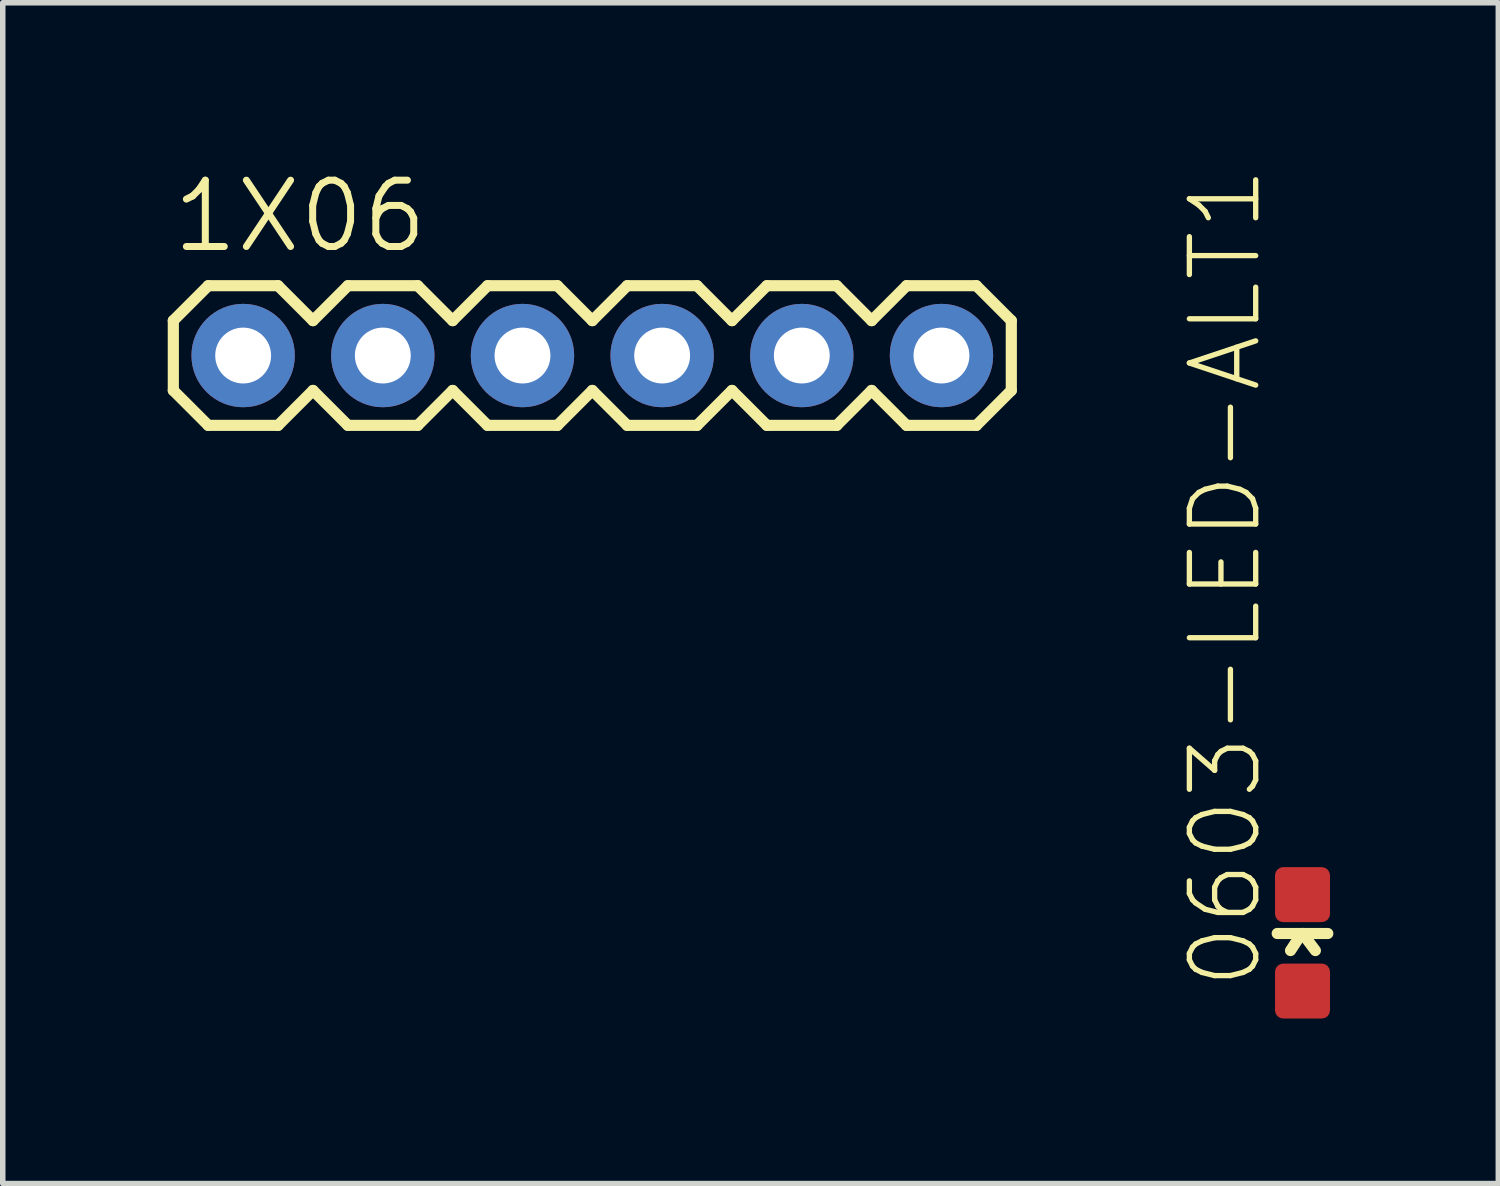
<source format=kicad_pcb>
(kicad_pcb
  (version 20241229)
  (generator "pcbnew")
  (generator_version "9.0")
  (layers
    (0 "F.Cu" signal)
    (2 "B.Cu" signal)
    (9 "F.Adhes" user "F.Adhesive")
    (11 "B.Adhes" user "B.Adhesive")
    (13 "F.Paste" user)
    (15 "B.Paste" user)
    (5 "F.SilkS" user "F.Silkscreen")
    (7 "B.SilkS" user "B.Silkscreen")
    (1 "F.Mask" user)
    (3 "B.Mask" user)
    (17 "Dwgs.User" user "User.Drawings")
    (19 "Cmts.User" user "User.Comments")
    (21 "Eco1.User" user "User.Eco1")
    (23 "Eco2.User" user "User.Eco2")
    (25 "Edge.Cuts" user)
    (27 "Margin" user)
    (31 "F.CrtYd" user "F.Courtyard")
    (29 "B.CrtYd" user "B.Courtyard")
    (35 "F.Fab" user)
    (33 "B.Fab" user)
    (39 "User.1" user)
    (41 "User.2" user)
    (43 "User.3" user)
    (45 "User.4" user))
  (footprint "0603-LED-ALT1"
    (layer "F.Cu")
    (at 20.638 14.097)
    (property "Reference" "0603-LED-ALT1" (at -0.699 0.889 270) (layer "F.SilkS") (effects (font (size 1.206 1.206) (thickness 0.097)) (justify left bottom)))
    (attr through_hole)
    (fp_line (start -0.46 -0.17) (end 0 -0.17) (stroke (width 0.203) (type solid)) (layer "F.SilkS"))
    (fp_line (start -0.025 -0.155) (end -0.218 0.14) (stroke (width 0.203) (type solid)) (layer "F.SilkS"))
    (fp_line (start 0 -0.17) (end 0.234 0.14) (stroke (width 0.203) (type solid)) (layer "F.SilkS"))
    (fp_line (start 0.46 -0.17) (end 0 -0.17) (stroke (width 0.203) (type solid)) (layer "F.SilkS"))
    (pad "A" smd roundrect (at 0 0.877) (size 1 1) (layers "F.Cu" "F.Mask" "F.Paste") (roundrect_rratio 0.15))
    (pad "C" smd roundrect (at 0 -0.877) (size 1 1) (layers "F.Cu" "F.Mask" "F.Paste") (roundrect_rratio 0.15)))
  (footprint "1X06"
    (layer "F.Cu")
    (at 1.372 3.416)
    (property "Reference" "1X06" (at -1.346 -1.829 0) (layer "F.SilkS") (effects (font (size 1.206 1.206) (thickness 0.127)) (justify left bottom)))
    (attr through_hole)
    (fp_line (start -1.27 -0.635) (end -1.27 0.635) (stroke (width 0.203) (type solid)) (layer "F.SilkS"))
    (fp_line (start -1.27 0.635) (end -0.635 1.27) (stroke (width 0.203) (type solid)) (layer "F.SilkS"))
    (fp_line (start -0.635 -1.27) (end -1.27 -0.635) (stroke (width 0.203) (type solid)) (layer "F.SilkS"))
    (fp_line (start -0.635 -1.27) (end 0.635 -1.27) (stroke (width 0.203) (type solid)) (layer "F.SilkS"))
    (fp_line (start 0.635 -1.27) (end 1.27 -0.635) (stroke (width 0.203) (type solid)) (layer "F.SilkS"))
    (fp_line (start 0.635 1.27) (end -0.635 1.27) (stroke (width 0.203) (type solid)) (layer "F.SilkS"))
    (fp_line (start 1.27 -0.635) (end 1.905 -1.27) (stroke (width 0.203) (type solid)) (layer "F.SilkS"))
    (fp_line (start 1.27 0.635) (end 0.635 1.27) (stroke (width 0.203) (type solid)) (layer "F.SilkS"))
    (fp_line (start 1.905 -1.27) (end 3.175 -1.27) (stroke (width 0.203) (type solid)) (layer "F.SilkS"))
    (fp_line (start 1.905 1.27) (end 1.27 0.635) (stroke (width 0.203) (type solid)) (layer "F.SilkS"))
    (fp_line (start 3.175 -1.27) (end 3.81 -0.635) (stroke (width 0.203) (type solid)) (layer "F.SilkS"))
    (fp_line (start 3.175 1.27) (end 1.905 1.27) (stroke (width 0.203) (type solid)) (layer "F.SilkS"))
    (fp_line (start 3.81 -0.635) (end 4.445 -1.27) (stroke (width 0.203) (type solid)) (layer "F.SilkS"))
    (fp_line (start 3.81 0.635) (end 3.175 1.27) (stroke (width 0.203) (type solid)) (layer "F.SilkS"))
    (fp_line (start 4.445 -1.27) (end 5.715 -1.27) (stroke (width 0.203) (type solid)) (layer "F.SilkS"))
    (fp_line (start 4.445 1.27) (end 3.81 0.635) (stroke (width 0.203) (type solid)) (layer "F.SilkS"))
    (fp_line (start 5.715 -1.27) (end 6.35 -0.635) (stroke (width 0.203) (type solid)) (layer "F.SilkS"))
    (fp_line (start 5.715 1.27) (end 4.445 1.27) (stroke (width 0.203) (type solid)) (layer "F.SilkS"))
    (fp_line (start 6.35 0.635) (end 5.715 1.27) (stroke (width 0.203) (type solid)) (layer "F.SilkS"))
    (fp_line (start 6.35 0.635) (end 6.985 1.27) (stroke (width 0.203) (type solid)) (layer "F.SilkS"))
    (fp_line (start 6.985 -1.27) (end 6.35 -0.635) (stroke (width 0.203) (type solid)) (layer "F.SilkS"))
    (fp_line (start 6.985 -1.27) (end 8.255 -1.27) (stroke (width 0.203) (type solid)) (layer "F.SilkS"))
    (fp_line (start 8.255 -1.27) (end 8.89 -0.635) (stroke (width 0.203) (type solid)) (layer "F.SilkS"))
    (fp_line (start 8.255 1.27) (end 6.985 1.27) (stroke (width 0.203) (type solid)) (layer "F.SilkS"))
    (fp_line (start 8.89 -0.635) (end 9.525 -1.27) (stroke (width 0.203) (type solid)) (layer "F.SilkS"))
    (fp_line (start 8.89 0.635) (end 8.255 1.27) (stroke (width 0.203) (type solid)) (layer "F.SilkS"))
    (fp_line (start 9.525 -1.27) (end 10.795 -1.27) (stroke (width 0.203) (type solid)) (layer "F.SilkS"))
    (fp_line (start 9.525 1.27) (end 8.89 0.635) (stroke (width 0.203) (type solid)) (layer "F.SilkS"))
    (fp_line (start 10.795 -1.27) (end 11.43 -0.635) (stroke (width 0.203) (type solid)) (layer "F.SilkS"))
    (fp_line (start 10.795 1.27) (end 9.525 1.27) (stroke (width 0.203) (type solid)) (layer "F.SilkS"))
    (fp_line (start 11.43 -0.635) (end 12.065 -1.27) (stroke (width 0.203) (type solid)) (layer "F.SilkS"))
    (fp_line (start 11.43 0.635) (end 10.795 1.27) (stroke (width 0.203) (type solid)) (layer "F.SilkS"))
    (fp_line (start 12.065 -1.27) (end 13.335 -1.27) (stroke (width 0.203) (type solid)) (layer "F.SilkS"))
    (fp_line (start 12.065 1.27) (end 11.43 0.635) (stroke (width 0.203) (type solid)) (layer "F.SilkS"))
    (fp_line (start 13.335 -1.27) (end 13.97 -0.635) (stroke (width 0.203) (type solid)) (layer "F.SilkS"))
    (fp_line (start 13.335 1.27) (end 12.065 1.27) (stroke (width 0.203) (type solid)) (layer "F.SilkS"))
    (fp_line (start 13.97 -0.635) (end 13.97 0.635) (stroke (width 0.203) (type solid)) (layer "F.SilkS"))
    (fp_line (start 13.97 0.635) (end 13.335 1.27) (stroke (width 0.203) (type solid)) (layer "F.SilkS"))
    (fp_poly (pts (xy -0.254 0.254) (xy 0.254 0.254) (xy 0.254 -0.254) (xy -0.254 -0.254)) (stroke (width 0.1) (type solid)) (fill no) (layer "F.Fab"))
    (fp_poly (pts (xy 2.286 0.254) (xy 2.794 0.254) (xy 2.794 -0.254) (xy 2.286 -0.254)) (stroke (width 0.1) (type solid)) (fill no) (layer "F.Fab"))
    (fp_poly (pts (xy 4.826 0.254) (xy 5.334 0.254) (xy 5.334 -0.254) (xy 4.826 -0.254)) (stroke (width 0.1) (type solid)) (fill no) (layer "F.Fab"))
    (fp_poly (pts (xy 7.366 0.254) (xy 7.874 0.254) (xy 7.874 -0.254) (xy 7.366 -0.254)) (stroke (width 0.1) (type solid)) (fill no) (layer "F.Fab"))
    (fp_poly (pts (xy 9.906 0.254) (xy 10.414 0.254) (xy 10.414 -0.254) (xy 9.906 -0.254)) (stroke (width 0.1) (type solid)) (fill no) (layer "F.Fab"))
    (fp_poly (pts (xy 12.446 0.254) (xy 12.954 0.254) (xy 12.954 -0.254) (xy 12.446 -0.254)) (stroke (width 0.1) (type solid)) (fill no) (layer "F.Fab"))
    (pad "1" thru_hole circle (at 0 0 90) (size 1.88 1.88) (drill 1.016) (layers "*.Cu" "*.Mask"))
    (pad "2" thru_hole circle (at 2.54 0 90) (size 1.88 1.88) (drill 1.016) (layers "*.Cu" "*.Mask"))
    (pad "3" thru_hole circle (at 5.08 0 90) (size 1.88 1.88) (drill 1.016) (layers "*.Cu" "*.Mask"))
    (pad "4" thru_hole circle (at 7.62 0 90) (size 1.88 1.88) (drill 1.016) (layers "*.Cu" "*.Mask"))
    (pad "5" thru_hole circle (at 10.16 0 90) (size 1.88 1.88) (drill 1.016) (layers "*.Cu" "*.Mask"))
    (pad "6" thru_hole circle (at 12.7 0 90) (size 1.88 1.88) (drill 1.016) (layers "*.Cu" "*.Mask")))
  (gr_rect
    (start -3 -3)
    (end 24.199 18.474)
    (stroke (width 0.1) (type default))
    (fill no)
    (layer "Edge.Cuts")))
</source>
